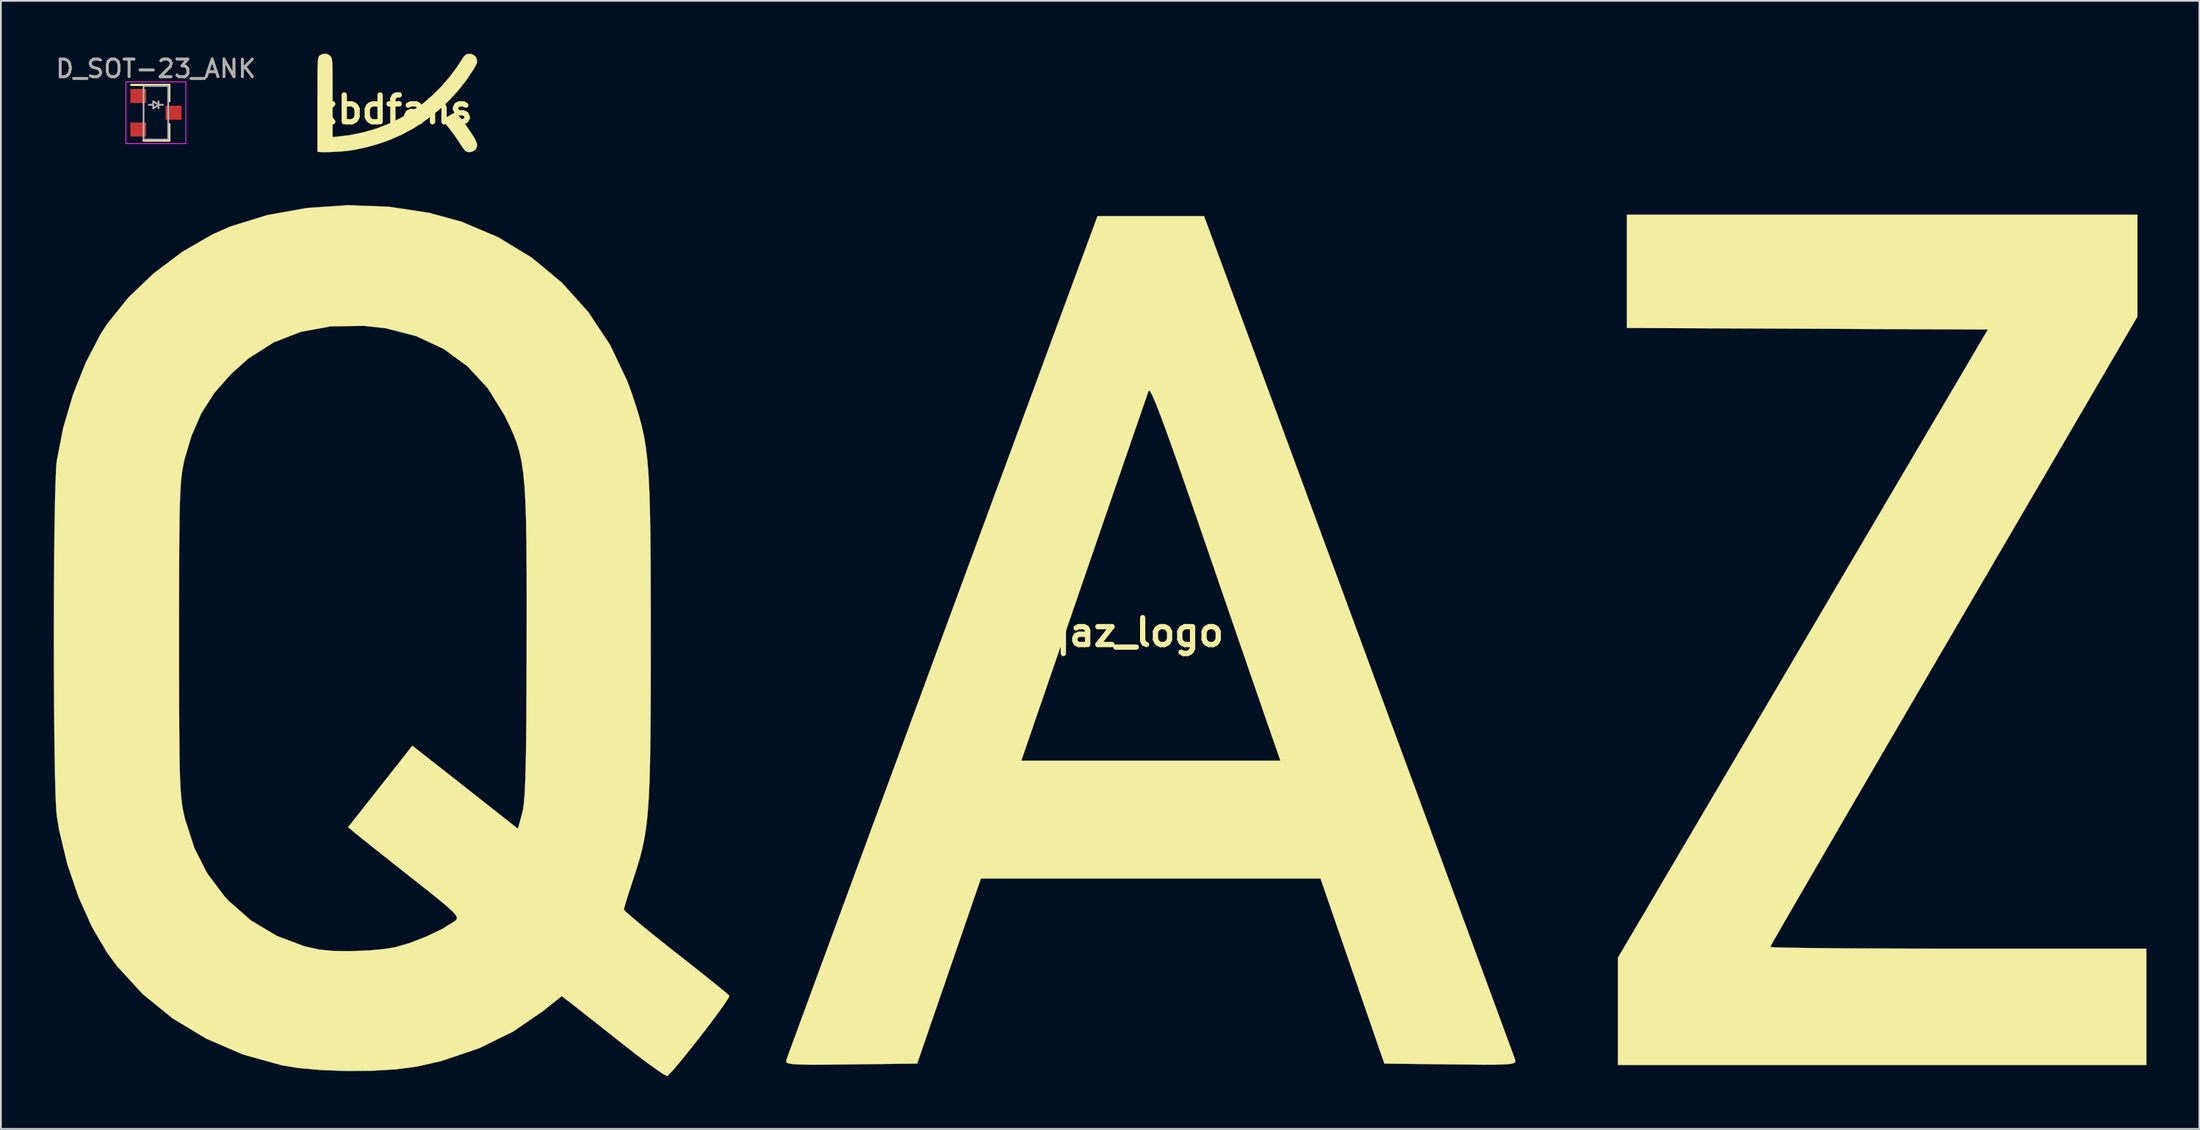
<source format=kicad_pcb>
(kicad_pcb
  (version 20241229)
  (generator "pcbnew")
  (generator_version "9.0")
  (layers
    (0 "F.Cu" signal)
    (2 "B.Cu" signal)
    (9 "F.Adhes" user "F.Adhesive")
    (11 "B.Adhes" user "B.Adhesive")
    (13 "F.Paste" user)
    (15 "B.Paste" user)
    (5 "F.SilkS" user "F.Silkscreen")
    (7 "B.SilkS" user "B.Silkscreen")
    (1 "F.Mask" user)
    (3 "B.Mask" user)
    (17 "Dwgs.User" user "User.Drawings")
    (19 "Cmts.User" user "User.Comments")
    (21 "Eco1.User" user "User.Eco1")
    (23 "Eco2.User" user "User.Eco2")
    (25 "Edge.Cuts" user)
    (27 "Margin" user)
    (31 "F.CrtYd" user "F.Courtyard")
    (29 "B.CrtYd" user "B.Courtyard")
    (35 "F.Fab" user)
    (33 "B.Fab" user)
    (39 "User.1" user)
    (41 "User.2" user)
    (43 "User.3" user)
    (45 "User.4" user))
  (footprint "qaz_logo"
    (layer "F.Cu")
    (at 61.294 32.836)
    (property "Reference" "qaz_logo" (at 0 0 0) (layer "F.SilkS") (effects (font (size 1.524 1.524) (thickness 0.3))))
    (attr through_hole)
    (fp_poly (pts (xy 56.896 -17.918) (xy 46.482 -0.083) (xy 45.163 2.177) (xy 43.892 4.356) (xy 42.68 6.435) (xy 41.538 8.397) (xy 40.474 10.225) (xy 39.501 11.899) (xy 38.627 13.404) (xy 37.864 14.72) (xy 37.222 15.829) (xy 36.711 16.715) (xy 36.342 17.358) (xy 36.125 17.742) (xy 36.068 17.851) (xy 36.233 17.868) (xy 36.707 17.884) (xy 37.463 17.899) (xy 38.473 17.913) (xy 39.706 17.925) (xy 41.136 17.935) (xy 42.733 17.942) (xy 44.468 17.947) (xy 46.314 17.949) (xy 46.736 17.949) (xy 57.404 17.949) (xy 57.404 24.553) (xy 27.432 24.553) (xy 27.432 18.456) (xy 48.414 -17.187) (xy 27.94 -17.275) (xy 27.94 -23.707) (xy 56.896 -23.707) (xy 56.896 -17.918)) (stroke (width 0.01) (type solid)) (fill yes) (layer "F.SilkS"))
    (fp_poly (pts (xy 12.728 0.169) (xy 13.734 2.898) (xy 14.709 5.542) (xy 15.646 8.083) (xy 16.539 10.505) (xy 17.38 12.79) (xy 18.165 14.919) (xy 18.886 16.876) (xy 19.536 18.642) (xy 20.11 20.199) (xy 20.6 21.531) (xy 21 22.62) (xy 21.304 23.447) (xy 21.505 23.995) (xy 21.596 24.247) (xy 21.601 24.26) (xy 21.614 24.357) (xy 21.556 24.43) (xy 21.385 24.481) (xy 21.062 24.513) (xy 20.547 24.529) (xy 19.799 24.532) (xy 18.78 24.524) (xy 17.939 24.514) (xy 14.179 24.469) (xy 10.559 13.97) (xy -8.705 13.97) (xy -12.319 24.469) (xy -16.078 24.514) (xy -17.299 24.528) (xy -18.221 24.532) (xy -18.885 24.525) (xy -19.33 24.504) (xy -19.596 24.466) (xy -19.724 24.408) (xy -19.754 24.327) (xy -19.739 24.26) (xy -19.67 24.07) (xy -19.491 23.579) (xy -19.207 22.806) (xy -18.825 21.768) (xy -18.353 20.483) (xy -17.795 18.968) (xy -17.16 17.242) (xy -16.453 15.322) (xy -15.68 13.226) (xy -14.849 10.971) (xy -13.966 8.575) (xy -13.489 7.281) (xy -6.414 7.281) (xy 8.283 7.281) (xy 7.212 4.191) (xy 6.928 3.37) (xy 6.552 2.28) (xy 6.101 0.97) (xy 5.592 -0.508) (xy 5.043 -2.104) (xy 4.471 -3.768) (xy 3.894 -5.448) (xy 3.541 -6.478) (xy 2.891 -8.362) (xy 2.34 -9.938) (xy 1.883 -11.22) (xy 1.515 -12.222) (xy 1.229 -12.959) (xy 1.021 -13.445) (xy 0.885 -13.694) (xy 0.816 -13.721) (xy 0.814 -13.716) (xy 0.736 -13.496) (xy 0.56 -12.986) (xy 0.293 -12.216) (xy -0.053 -11.214) (xy -0.467 -10.01) (xy -0.941 -8.635) (xy -1.463 -7.118) (xy -2.023 -5.489) (xy -2.47 -4.19) (xy -3.063 -2.465) (xy -3.634 -0.805) (xy -4.17 0.756) (xy -4.662 2.185) (xy -5.096 3.449) (xy -5.463 4.515) (xy -5.75 5.35) (xy -5.946 5.92) (xy -6.021 6.138) (xy -6.414 7.281) (xy -13.489 7.281) (xy -13.037 6.056) (xy -12.069 3.431) (xy -11.069 0.718) (xy -10.866 0.169) (xy -2.091 -23.622) (xy 3.954 -23.622) (xy 12.728 0.169)) (stroke (width 0.01) (type solid)) (fill yes) (layer "F.SilkS"))
    (fp_poly (pts (xy -42.272 -24.152) (xy -40.02 -23.812) (xy -38.166 -23.306) (xy -36.079 -22.421) (xy -34.172 -21.259) (xy -32.465 -19.84) (xy -30.98 -18.185) (xy -29.738 -16.316) (xy -28.759 -14.253) (xy -28.517 -13.591) (xy -28.296 -12.931) (xy -28.108 -12.324) (xy -27.948 -11.737) (xy -27.816 -11.138) (xy -27.709 -10.495) (xy -27.624 -9.774) (xy -27.558 -8.945) (xy -27.509 -7.973) (xy -27.475 -6.828) (xy -27.452 -5.476) (xy -27.439 -3.886) (xy -27.434 -2.025) (xy -27.432 0.141) (xy -27.432 0.339) (xy -27.433 2.53) (xy -27.439 4.414) (xy -27.451 6.024) (xy -27.472 7.393) (xy -27.505 8.551) (xy -27.552 9.533) (xy -27.615 10.368) (xy -27.696 11.091) (xy -27.798 11.733) (xy -27.924 12.326) (xy -28.076 12.904) (xy -28.256 13.496) (xy -28.456 14.106) (xy -28.675 14.772) (xy -28.845 15.316) (xy -28.942 15.659) (xy -28.956 15.731) (xy -28.828 15.87) (xy -28.471 16.184) (xy -27.922 16.642) (xy -27.22 17.213) (xy -26.403 17.864) (xy -26 18.181) (xy -25.139 18.859) (xy -24.369 19.47) (xy -23.731 19.982) (xy -23.264 20.363) (xy -23.008 20.583) (xy -22.971 20.62) (xy -23.046 20.785) (xy -23.294 21.158) (xy -23.674 21.685) (xy -24.143 22.313) (xy -24.661 22.987) (xy -25.185 23.653) (xy -25.674 24.259) (xy -26.086 24.749) (xy -26.379 25.071) (xy -26.501 25.172) (xy -26.682 25.088) (xy -27.08 24.825) (xy -27.651 24.413) (xy -28.348 23.886) (xy -29.041 23.345) (xy -29.849 22.704) (xy -30.603 22.108) (xy -31.247 21.601) (xy -31.725 21.225) (xy -31.948 21.051) (xy -32.485 20.639) (xy -33.537 21.486) (xy -35.242 22.653) (xy -37.18 23.605) (xy -39.307 24.322) (xy -40.682 24.636) (xy -41.831 24.791) (xy -43.195 24.875) (xy -44.662 24.89) (xy -46.117 24.837) (xy -47.446 24.716) (xy -48.345 24.571) (xy -50.561 23.954) (xy -52.64 23.058) (xy -54.55 21.906) (xy -56.255 20.52) (xy -57.722 18.921) (xy -58.253 18.201) (xy -59.124 16.725) (xy -59.893 15.012) (xy -60.525 13.157) (xy -60.984 11.252) (xy -61.123 10.414) (xy -61.161 9.97) (xy -61.194 9.229) (xy -61.222 8.231) (xy -61.245 7.017) (xy -61.263 5.627) (xy -61.276 4.104) (xy -61.285 2.487) (xy -61.289 0.817) (xy -61.288 0.339) (xy -54.187 0.339) (xy -54.186 2.319) (xy -54.183 3.992) (xy -54.178 5.389) (xy -54.168 6.542) (xy -54.154 7.48) (xy -54.133 8.236) (xy -54.105 8.841) (xy -54.069 9.326) (xy -54.024 9.723) (xy -53.968 10.062) (xy -53.902 10.375) (xy -53.847 10.599) (xy -53.313 12.249) (xy -52.589 13.673) (xy -51.633 14.952) (xy -51.377 15.231) (xy -50.103 16.349) (xy -48.64 17.224) (xy -47.06 17.818) (xy -46.228 18.002) (xy -45.478 18.074) (xy -44.53 18.09) (xy -43.518 18.055) (xy -42.577 17.972) (xy -41.974 17.875) (xy -41.103 17.627) (xy -40.15 17.256) (xy -39.251 16.822) (xy -38.546 16.385) (xy -38.535 16.376) (xy -38.44 16.283) (xy -38.425 16.169) (xy -38.518 16.006) (xy -38.749 15.764) (xy -39.147 15.414) (xy -39.742 14.928) (xy -40.563 14.276) (xy -40.977 13.95) (xy -41.837 13.271) (xy -42.631 12.643) (xy -43.31 12.103) (xy -43.829 11.69) (xy -44.139 11.439) (xy -44.172 11.411) (xy -44.598 11.054) (xy -42.777 8.742) (xy -40.955 6.431) (xy -39.927 7.237) (xy -39.404 7.648) (xy -38.7 8.201) (xy -37.9 8.831) (xy -37.089 9.47) (xy -36.933 9.593) (xy -34.967 11.143) (xy -34.726 10.27) (xy -34.67 10.008) (xy -34.622 9.641) (xy -34.583 9.142) (xy -34.551 8.483) (xy -34.525 7.638) (xy -34.506 6.58) (xy -34.491 5.281) (xy -34.481 3.715) (xy -34.474 1.855) (xy -34.472 0.508) (xy -34.47 -1.622) (xy -34.472 -3.444) (xy -34.483 -4.991) (xy -34.504 -6.294) (xy -34.54 -7.385) (xy -34.592 -8.296) (xy -34.665 -9.057) (xy -34.761 -9.701) (xy -34.884 -10.26) (xy -35.036 -10.764) (xy -35.222 -11.246) (xy -35.443 -11.737) (xy -35.703 -12.268) (xy -35.745 -12.351) (xy -36.673 -13.849) (xy -37.826 -15.099) (xy -39.188 -16.091) (xy -40.743 -16.815) (xy -42.473 -17.26) (xy -43.703 -17.395) (xy -45.581 -17.367) (xy -47.284 -17.055) (xy -48.834 -16.45) (xy -50.25 -15.546) (xy -51.218 -14.686) (xy -52.187 -13.585) (xy -52.927 -12.428) (xy -53.492 -11.118) (xy -53.847 -9.921) (xy -53.922 -9.608) (xy -53.986 -9.29) (xy -54.038 -8.938) (xy -54.08 -8.519) (xy -54.114 -8.002) (xy -54.14 -7.356) (xy -54.158 -6.55) (xy -54.172 -5.553) (xy -54.18 -4.333) (xy -54.184 -2.859) (xy -54.186 -1.1) (xy -54.187 0.339) (xy -61.288 0.339) (xy -61.288 -0.864) (xy -61.282 -2.516) (xy -61.271 -4.097) (xy -61.256 -5.568) (xy -61.235 -6.887) (xy -61.21 -8.013) (xy -61.18 -8.905) (xy -61.145 -9.523) (xy -61.123 -9.737) (xy -60.752 -11.633) (xy -60.193 -13.522) (xy -59.481 -15.31) (xy -58.651 -16.903) (xy -58.253 -17.523) (xy -57.061 -19.003) (xy -55.616 -20.383) (xy -54.001 -21.598) (xy -52.299 -22.583) (xy -51.283 -23.031) (xy -49.186 -23.68) (xy -46.933 -24.084) (xy -44.602 -24.242) (xy -42.272 -24.152)) (stroke (width 0.01) (type solid)) (fill yes) (layer "F.SilkS")))
  (footprint "kbdfans"
    (layer "F.Cu")
    (at 19.308 3.171)
    (property "Reference" "kbdfans" (at 0 0 0) (layer "F.SilkS") (effects (font (size 1.524 1.524) (thickness 0.3))))
    (attr through_hole)
    (fp_poly (pts (xy 3.509 0.184) (xy 3.576 0.254) (xy 3.668 0.362) (xy 3.778 0.5) (xy 3.9 0.661) (xy 4.03 0.836) (xy 4.161 1.019) (xy 4.288 1.202) (xy 4.405 1.377) (xy 4.507 1.537) (xy 4.546 1.601) (xy 4.647 1.795) (xy 4.697 1.957) (xy 4.698 2.094) (xy 4.651 2.21) (xy 4.633 2.235) (xy 4.517 2.339) (xy 4.376 2.399) (xy 4.228 2.412) (xy 4.089 2.374) (xy 4.055 2.354) (xy 3.999 2.302) (xy 3.925 2.21) (xy 3.843 2.093) (xy 3.801 2.026) (xy 3.6 1.715) (xy 3.377 1.397) (xy 3.15 1.096) (xy 2.963 0.868) (xy 2.871 0.759) (xy 2.795 0.669) (xy 2.746 0.608) (xy 2.731 0.587) (xy 2.756 0.568) (xy 2.825 0.525) (xy 2.924 0.466) (xy 3.042 0.397) (xy 3.166 0.326) (xy 3.283 0.259) (xy 3.381 0.204) (xy 3.448 0.169) (xy 3.472 0.159) (xy 3.509 0.184)) (stroke (width 0.01) (type solid)) (fill yes) (layer "F.SilkS"))
    (fp_poly (pts (xy 4.392 -3.156) (xy 4.529 -3.093) (xy 4.631 -2.985) (xy 4.689 -2.841) (xy 4.699 -2.743) (xy 4.691 -2.666) (xy 4.662 -2.579) (xy 4.608 -2.469) (xy 4.522 -2.32) (xy 4.097 -1.676) (xy 3.619 -1.067) (xy 3.091 -0.496) (xy 2.513 0.037) (xy 1.886 0.531) (xy 1.212 0.985) (xy 1.016 1.104) (xy 0.444 1.412) (xy -0.174 1.686) (xy -0.826 1.923) (xy -1.503 2.118) (xy -2.194 2.269) (xy -2.492 2.319) (xy -2.665 2.341) (xy -2.863 2.361) (xy -3.079 2.378) (xy -3.303 2.392) (xy -3.526 2.403) (xy -3.739 2.41) (xy -3.934 2.412) (xy -4.102 2.411) (xy -4.233 2.405) (xy -4.319 2.394) (xy -4.35 2.378) (xy -4.35 2.378) (xy -4.35 2.34) (xy -4.35 2.243) (xy -4.35 2.093) (xy -4.35 1.893) (xy -4.35 1.649) (xy -4.35 1.366) (xy -4.35 1.048) (xy -4.35 0.7) (xy -4.35 0.327) (xy -4.35 -0.066) (xy -4.35 -0.265) (xy -4.35 -0.743) (xy -4.349 -1.162) (xy -4.349 -1.526) (xy -4.348 -1.839) (xy -4.346 -2.104) (xy -4.342 -2.327) (xy -4.338 -2.511) (xy -4.331 -2.66) (xy -4.323 -2.778) (xy -4.312 -2.87) (xy -4.298 -2.94) (xy -4.282 -2.991) (xy -4.262 -3.028) (xy -4.239 -3.056) (xy -4.211 -3.077) (xy -4.18 -3.096) (xy -4.15 -3.115) (xy -4.023 -3.162) (xy -3.879 -3.166) (xy -3.743 -3.129) (xy -3.662 -3.076) (xy -3.63 -3.047) (xy -3.602 -3.018) (xy -3.578 -2.986) (xy -3.558 -2.945) (xy -3.541 -2.892) (xy -3.528 -2.822) (xy -3.517 -2.729) (xy -3.509 -2.61) (xy -3.503 -2.461) (xy -3.498 -2.275) (xy -3.495 -2.049) (xy -3.494 -1.778) (xy -3.493 -1.458) (xy -3.493 -1.084) (xy -3.493 -0.651) (xy -3.493 1.556) (xy -3.262 1.537) (xy -2.494 1.443) (xy -1.745 1.289) (xy -1.017 1.077) (xy -0.313 0.806) (xy 0.366 0.478) (xy 1.017 0.093) (xy 1.115 0.028) (xy 1.665 -0.374) (xy 2.194 -0.83) (xy 2.694 -1.332) (xy 3.158 -1.871) (xy 3.577 -2.439) (xy 3.788 -2.764) (xy 3.891 -2.923) (xy 3.976 -3.034) (xy 4.055 -3.105) (xy 4.135 -3.146) (xy 4.228 -3.166) (xy 4.231 -3.166) (xy 4.392 -3.156)) (stroke (width 0.01) (type solid)) (fill yes) (layer "F.SilkS")))
  (footprint "D_SOT-23_ANK"
    (layer "F.Cu")
    (at 5.792 3.348)
    (property "Reference" "D_SOT-23_ANK" (at 0 -2.5 0) (layer "F.SilkS") (effects (font (size 1 1) (thickness 0.15))))
    (attr smd)
    (fp_line (start 0.76 -1.58) (end -1.4 -1.58) (stroke (width 0.12) (type solid)) (layer "F.SilkS"))
    (fp_line (start 0.76 -1.58) (end 0.76 -0.65) (stroke (width 0.12) (type solid)) (layer "F.SilkS"))
    (fp_line (start 0.76 1.58) (end -0.7 1.58) (stroke (width 0.12) (type solid)) (layer "F.SilkS"))
    (fp_line (start 0.76 1.58) (end 0.76 0.65) (stroke (width 0.12) (type solid)) (layer "F.SilkS"))
    (fp_line (start -1.7 -1.75) (end 1.7 -1.75) (stroke (width 0.05) (type solid)) (layer "F.CrtYd"))
    (fp_line (start -1.7 1.75) (end -1.7 -1.75) (stroke (width 0.05) (type solid)) (layer "F.CrtYd"))
    (fp_line (start 1.7 -1.75) (end 1.7 1.75) (stroke (width 0.05) (type solid)) (layer "F.CrtYd"))
    (fp_line (start 1.7 1.75) (end -1.7 1.75) (stroke (width 0.05) (type solid)) (layer "F.CrtYd"))
    (fp_line (start -0.7 -1.52) (end -0.7 1.52) (stroke (width 0.1) (type solid)) (layer "F.Fab"))
    (fp_line (start -0.7 -1.52) (end 0.7 -1.52) (stroke (width 0.1) (type solid)) (layer "F.Fab"))
    (fp_line (start -0.7 1.52) (end 0.7 1.52) (stroke (width 0.1) (type solid)) (layer "F.Fab"))
    (fp_line (start -0.15 -0.65) (end -0.15 -0.25) (stroke (width 0.1) (type solid)) (layer "F.Fab"))
    (fp_line (start -0.15 -0.45) (end -0.4 -0.45) (stroke (width 0.1) (type solid)) (layer "F.Fab"))
    (fp_line (start -0.15 -0.25) (end 0.15 -0.45) (stroke (width 0.1) (type solid)) (layer "F.Fab"))
    (fp_line (start 0.15 -0.65) (end 0.15 -0.25) (stroke (width 0.1) (type solid)) (layer "F.Fab"))
    (fp_line (start 0.15 -0.45) (end -0.15 -0.65) (stroke (width 0.1) (type solid)) (layer "F.Fab"))
    (fp_line (start 0.15 -0.45) (end 0.4 -0.45) (stroke (width 0.1) (type solid)) (layer "F.Fab"))
    (fp_line (start 0.7 -1.52) (end 0.7 1.52) (stroke (width 0.1) (type solid)) (layer "F.Fab"))
    (fp_text user "${REFERENCE}" (at 0 -2.5 0) (layer "F.Fab") (effects (font (size 1 1) (thickness 0.15))))
    (pad "1" smd rect (at 1 0) (size 0.9 0.8) (layers "F.Cu" "F.Mask" "F.Paste"))
    (pad "2" smd rect (at -1 -0.95) (size 0.9 0.8) (layers "F.Cu" "F.Mask" "F.Paste"))
    (pad "2" smd rect (at -1 0.95) (size 0.9 0.8) (layers "F.Cu" "F.Mask" "F.Paste")))
  (gr_rect
    (start -3 -3)
    (end 121.703 61.012)
    (stroke (width 0.1) (type default))
    (fill no)
    (layer "Edge.Cuts")))
</source>
